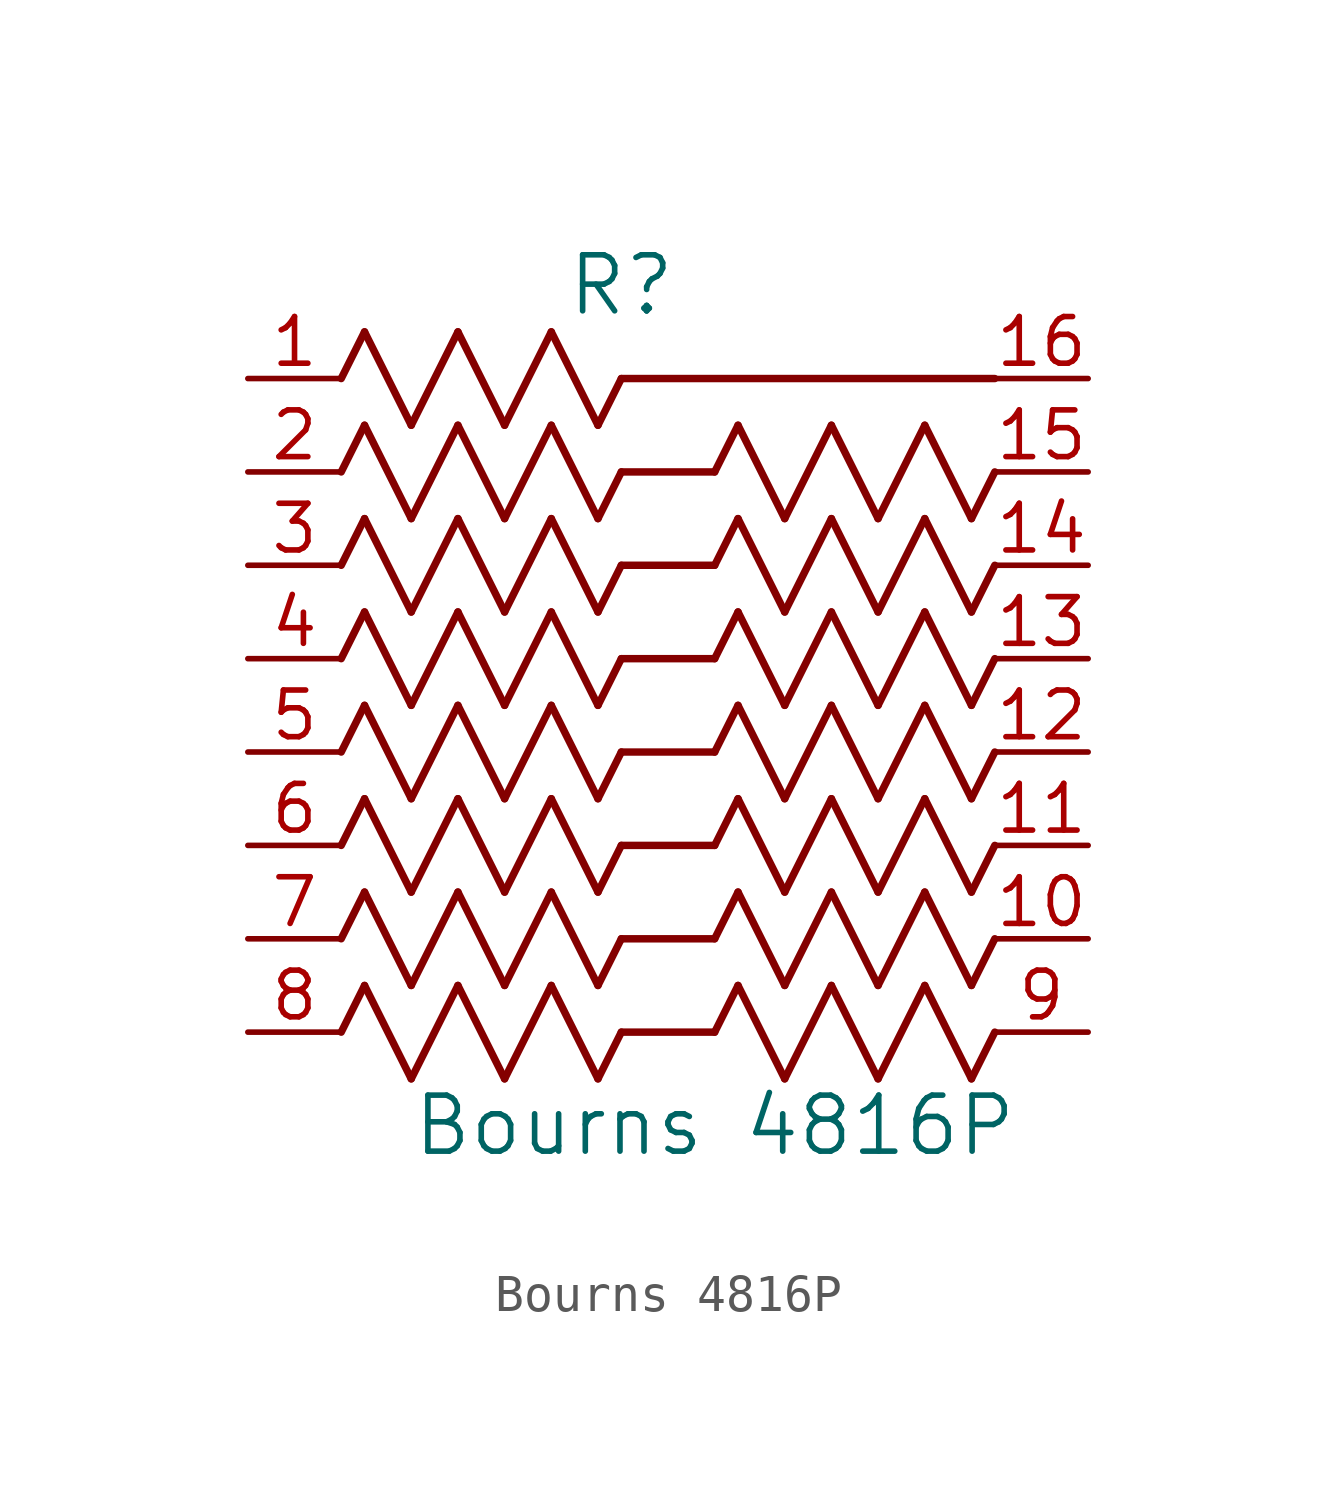
<source format=kicad_sym>
(kicad_symbol_lib
  (version 20220914)
  (generator kicad_symbol_editor)
  (symbol "Bourns 4816P"
    (pin_names
      (offset 0.254))
    (property "Reference" "R"
      (at 10.16 2.54 0)
      (effects (font (size 1.524 1.524))))
    (property "Value" "Bourns 4816P"
      (at 12.7 -20.32 0)
      (effects (font (size 1.524 1.524))))
    (property "ki_locked" ""
      (at 0 0 0)
      (effects (font (size 1.27 1.27))))
    (symbol "Bourns 4816P_0_1"
      (polyline (pts (xy 2.54 -17.78) (xy 3.175 -16.51)) (stroke (width 0.203) (type default)) (fill (type none)))
      (polyline (pts (xy 2.54 -15.24) (xy 3.175 -13.97)) (stroke (width 0.203) (type default)) (fill (type none)))
      (polyline (pts (xy 2.54 -12.7) (xy 3.175 -11.43)) (stroke (width 0.203) (type default)) (fill (type none)))
      (polyline (pts (xy 2.54 -10.16) (xy 3.175 -8.89)) (stroke (width 0.203) (type default)) (fill (type none)))
      (polyline (pts (xy 2.54 -7.62) (xy 3.175 -6.35)) (stroke (width 0.203) (type default)) (fill (type none)))
      (polyline (pts (xy 2.54 -5.08) (xy 3.175 -3.81)) (stroke (width 0.203) (type default)) (fill (type none)))
      (polyline (pts (xy 2.54 -2.54) (xy 3.175 -1.27)) (stroke (width 0.203) (type default)) (fill (type none)))
      (polyline (pts (xy 2.54 0) (xy 3.175 1.27)) (stroke (width 0.203) (type default)) (fill (type none)))
      (polyline (pts (xy 3.175 -16.51) (xy 4.445 -19.05)) (stroke (width 0.203) (type default)) (fill (type none)))
      (polyline (pts (xy 3.175 -13.97) (xy 4.445 -16.51)) (stroke (width 0.203) (type default)) (fill (type none)))
      (polyline (pts (xy 3.175 -11.43) (xy 4.445 -13.97)) (stroke (width 0.203) (type default)) (fill (type none)))
      (polyline (pts (xy 3.175 -8.89) (xy 4.445 -11.43)) (stroke (width 0.203) (type default)) (fill (type none)))
      (polyline (pts (xy 3.175 -6.35) (xy 4.445 -8.89)) (stroke (width 0.203) (type default)) (fill (type none)))
      (polyline (pts (xy 3.175 -3.81) (xy 4.445 -6.35)) (stroke (width 0.203) (type default)) (fill (type none)))
      (polyline (pts (xy 3.175 -1.27) (xy 4.445 -3.81)) (stroke (width 0.203) (type default)) (fill (type none)))
      (polyline (pts (xy 3.175 1.27) (xy 4.445 -1.27)) (stroke (width 0.203) (type default)) (fill (type none)))
      (polyline (pts (xy 4.445 -19.05) (xy 5.715 -16.51)) (stroke (width 0.203) (type default)) (fill (type none)))
      (polyline (pts (xy 4.445 -16.51) (xy 5.715 -13.97)) (stroke (width 0.203) (type default)) (fill (type none)))
      (polyline (pts (xy 4.445 -13.97) (xy 5.715 -11.43)) (stroke (width 0.203) (type default)) (fill (type none)))
      (polyline (pts (xy 4.445 -11.43) (xy 5.715 -8.89)) (stroke (width 0.203) (type default)) (fill (type none)))
      (polyline (pts (xy 4.445 -8.89) (xy 5.715 -6.35)) (stroke (width 0.203) (type default)) (fill (type none)))
      (polyline (pts (xy 4.445 -6.35) (xy 5.715 -3.81)) (stroke (width 0.203) (type default)) (fill (type none)))
      (polyline (pts (xy 4.445 -3.81) (xy 5.715 -1.27)) (stroke (width 0.203) (type default)) (fill (type none)))
      (polyline (pts (xy 4.445 -1.27) (xy 5.715 1.27)) (stroke (width 0.203) (type default)) (fill (type none)))
      (polyline (pts (xy 5.715 -16.51) (xy 6.985 -19.05)) (stroke (width 0.203) (type default)) (fill (type none)))
      (polyline (pts (xy 5.715 -13.97) (xy 6.985 -16.51)) (stroke (width 0.203) (type default)) (fill (type none)))
      (polyline (pts (xy 5.715 -11.43) (xy 6.985 -13.97)) (stroke (width 0.203) (type default)) (fill (type none)))
      (polyline (pts (xy 5.715 -8.89) (xy 6.985 -11.43)) (stroke (width 0.203) (type default)) (fill (type none)))
      (polyline (pts (xy 5.715 -6.35) (xy 6.985 -8.89)) (stroke (width 0.203) (type default)) (fill (type none)))
      (polyline (pts (xy 5.715 -3.81) (xy 6.985 -6.35)) (stroke (width 0.203) (type default)) (fill (type none)))
      (polyline (pts (xy 5.715 -1.27) (xy 6.985 -3.81)) (stroke (width 0.203) (type default)) (fill (type none)))
      (polyline (pts (xy 5.715 1.27) (xy 6.985 -1.27)) (stroke (width 0.203) (type default)) (fill (type none)))
      (polyline (pts (xy 6.985 -19.05) (xy 8.255 -16.51)) (stroke (width 0.203) (type default)) (fill (type none)))
      (polyline (pts (xy 6.985 -16.51) (xy 8.255 -13.97)) (stroke (width 0.203) (type default)) (fill (type none)))
      (polyline (pts (xy 6.985 -13.97) (xy 8.255 -11.43)) (stroke (width 0.203) (type default)) (fill (type none)))
      (polyline (pts (xy 6.985 -11.43) (xy 8.255 -8.89)) (stroke (width 0.203) (type default)) (fill (type none)))
      (polyline (pts (xy 6.985 -8.89) (xy 8.255 -6.35)) (stroke (width 0.203) (type default)) (fill (type none)))
      (polyline (pts (xy 6.985 -6.35) (xy 8.255 -3.81)) (stroke (width 0.203) (type default)) (fill (type none)))
      (polyline (pts (xy 6.985 -3.81) (xy 8.255 -1.27)) (stroke (width 0.203) (type default)) (fill (type none)))
      (polyline (pts (xy 6.985 -1.27) (xy 8.255 1.27)) (stroke (width 0.203) (type default)) (fill (type none)))
      (polyline (pts (xy 8.255 -16.51) (xy 9.525 -19.05)) (stroke (width 0.203) (type default)) (fill (type none)))
      (polyline (pts (xy 8.255 -13.97) (xy 9.525 -16.51)) (stroke (width 0.203) (type default)) (fill (type none)))
      (polyline (pts (xy 8.255 -11.43) (xy 9.525 -13.97)) (stroke (width 0.203) (type default)) (fill (type none)))
      (polyline (pts (xy 8.255 -8.89) (xy 9.525 -11.43)) (stroke (width 0.203) (type default)) (fill (type none)))
      (polyline (pts (xy 8.255 -6.35) (xy 9.525 -8.89)) (stroke (width 0.203) (type default)) (fill (type none)))
      (polyline (pts (xy 8.255 -3.81) (xy 9.525 -6.35)) (stroke (width 0.203) (type default)) (fill (type none)))
      (polyline (pts (xy 8.255 -1.27) (xy 9.525 -3.81)) (stroke (width 0.203) (type default)) (fill (type none)))
      (polyline (pts (xy 8.255 1.27) (xy 9.525 -1.27)) (stroke (width 0.203) (type default)) (fill (type none)))
      (polyline (pts (xy 9.525 -19.05) (xy 10.16 -17.78)) (stroke (width 0.203) (type default)) (fill (type none)))
      (polyline (pts (xy 9.525 -16.51) (xy 10.16 -15.24)) (stroke (width 0.203) (type default)) (fill (type none)))
      (polyline (pts (xy 9.525 -13.97) (xy 10.16 -12.7)) (stroke (width 0.203) (type default)) (fill (type none)))
      (polyline (pts (xy 9.525 -11.43) (xy 10.16 -10.16)) (stroke (width 0.203) (type default)) (fill (type none)))
      (polyline (pts (xy 9.525 -8.89) (xy 10.16 -7.62)) (stroke (width 0.203) (type default)) (fill (type none)))
      (polyline (pts (xy 9.525 -6.35) (xy 10.16 -5.08)) (stroke (width 0.203) (type default)) (fill (type none)))
      (polyline (pts (xy 9.525 -3.81) (xy 10.16 -2.54)) (stroke (width 0.203) (type default)) (fill (type none)))
      (polyline (pts (xy 9.525 -1.27) (xy 10.16 0)) (stroke (width 0.203) (type default)) (fill (type none)))
      (polyline (pts (xy 10.16 -17.78) (xy 12.7 -17.78)) (stroke (width 0.203) (type default)) (fill (type none)))
      (polyline (pts (xy 10.16 -15.24) (xy 12.7 -15.24)) (stroke (width 0.203) (type default)) (fill (type none)))
      (polyline (pts (xy 10.16 -12.7) (xy 12.7 -12.7)) (stroke (width 0.203) (type default)) (fill (type none)))
      (polyline (pts (xy 10.16 -10.16) (xy 12.7 -10.16)) (stroke (width 0.203) (type default)) (fill (type none)))
      (polyline (pts (xy 10.16 -7.62) (xy 12.7 -7.62)) (stroke (width 0.203) (type default)) (fill (type none)))
      (polyline (pts (xy 10.16 -5.08) (xy 12.7 -5.08)) (stroke (width 0.203) (type default)) (fill (type none)))
      (polyline (pts (xy 10.16 -2.54) (xy 12.7 -2.54)) (stroke (width 0.203) (type default)) (fill (type none)))
      (polyline (pts (xy 10.16 0) (xy 20.32 0)) (stroke (width 0.203) (type default)) (fill (type none)))
      (polyline (pts (xy 12.7 -17.78) (xy 13.335 -16.51)) (stroke (width 0.203) (type default)) (fill (type none)))
      (polyline (pts (xy 12.7 -15.24) (xy 13.335 -13.97)) (stroke (width 0.203) (type default)) (fill (type none)))
      (polyline (pts (xy 12.7 -12.7) (xy 13.335 -11.43)) (stroke (width 0.203) (type default)) (fill (type none)))
      (polyline (pts (xy 12.7 -10.16) (xy 13.335 -8.89)) (stroke (width 0.203) (type default)) (fill (type none)))
      (polyline (pts (xy 12.7 -7.62) (xy 13.335 -6.35)) (stroke (width 0.203) (type default)) (fill (type none)))
      (polyline (pts (xy 12.7 -5.08) (xy 13.335 -3.81)) (stroke (width 0.203) (type default)) (fill (type none)))
      (polyline (pts (xy 12.7 -2.54) (xy 13.335 -1.27)) (stroke (width 0.203) (type default)) (fill (type none)))
      (polyline (pts (xy 13.335 -16.51) (xy 14.605 -19.05)) (stroke (width 0.203) (type default)) (fill (type none)))
      (polyline (pts (xy 13.335 -13.97) (xy 14.605 -16.51)) (stroke (width 0.203) (type default)) (fill (type none)))
      (polyline (pts (xy 13.335 -11.43) (xy 14.605 -13.97)) (stroke (width 0.203) (type default)) (fill (type none)))
      (polyline (pts (xy 13.335 -8.89) (xy 14.605 -11.43)) (stroke (width 0.203) (type default)) (fill (type none)))
      (polyline (pts (xy 13.335 -6.35) (xy 14.605 -8.89)) (stroke (width 0.203) (type default)) (fill (type none)))
      (polyline (pts (xy 13.335 -3.81) (xy 14.605 -6.35)) (stroke (width 0.203) (type default)) (fill (type none)))
      (polyline (pts (xy 13.335 -1.27) (xy 14.605 -3.81)) (stroke (width 0.203) (type default)) (fill (type none)))
      (polyline (pts (xy 14.605 -19.05) (xy 15.875 -16.51)) (stroke (width 0.203) (type default)) (fill (type none)))
      (polyline (pts (xy 14.605 -16.51) (xy 15.875 -13.97)) (stroke (width 0.203) (type default)) (fill (type none)))
      (polyline (pts (xy 14.605 -13.97) (xy 15.875 -11.43)) (stroke (width 0.203) (type default)) (fill (type none)))
      (polyline (pts (xy 14.605 -11.43) (xy 15.875 -8.89)) (stroke (width 0.203) (type default)) (fill (type none)))
      (polyline (pts (xy 14.605 -8.89) (xy 15.875 -6.35)) (stroke (width 0.203) (type default)) (fill (type none)))
      (polyline (pts (xy 14.605 -6.35) (xy 15.875 -3.81)) (stroke (width 0.203) (type default)) (fill (type none)))
      (polyline (pts (xy 14.605 -3.81) (xy 15.875 -1.27)) (stroke (width 0.203) (type default)) (fill (type none)))
      (polyline (pts (xy 15.875 -16.51) (xy 17.145 -19.05)) (stroke (width 0.203) (type default)) (fill (type none)))
      (polyline (pts (xy 15.875 -13.97) (xy 17.145 -16.51)) (stroke (width 0.203) (type default)) (fill (type none)))
      (polyline (pts (xy 15.875 -11.43) (xy 17.145 -13.97)) (stroke (width 0.203) (type default)) (fill (type none)))
      (polyline (pts (xy 15.875 -8.89) (xy 17.145 -11.43)) (stroke (width 0.203) (type default)) (fill (type none)))
      (polyline (pts (xy 15.875 -6.35) (xy 17.145 -8.89)) (stroke (width 0.203) (type default)) (fill (type none)))
      (polyline (pts (xy 15.875 -3.81) (xy 17.145 -6.35)) (stroke (width 0.203) (type default)) (fill (type none)))
      (polyline (pts (xy 15.875 -1.27) (xy 17.145 -3.81)) (stroke (width 0.203) (type default)) (fill (type none)))
      (polyline (pts (xy 17.145 -19.05) (xy 18.415 -16.51)) (stroke (width 0.203) (type default)) (fill (type none)))
      (polyline (pts (xy 17.145 -16.51) (xy 18.415 -13.97)) (stroke (width 0.203) (type default)) (fill (type none)))
      (polyline (pts (xy 17.145 -13.97) (xy 18.415 -11.43)) (stroke (width 0.203) (type default)) (fill (type none)))
      (polyline (pts (xy 17.145 -11.43) (xy 18.415 -8.89)) (stroke (width 0.203) (type default)) (fill (type none)))
      (polyline (pts (xy 17.145 -8.89) (xy 18.415 -6.35)) (stroke (width 0.203) (type default)) (fill (type none)))
      (polyline (pts (xy 17.145 -6.35) (xy 18.415 -3.81)) (stroke (width 0.203) (type default)) (fill (type none)))
      (polyline (pts (xy 17.145 -3.81) (xy 18.415 -1.27)) (stroke (width 0.203) (type default)) (fill (type none)))
      (polyline (pts (xy 18.415 -16.51) (xy 19.685 -19.05)) (stroke (width 0.203) (type default)) (fill (type none)))
      (polyline (pts (xy 18.415 -13.97) (xy 19.685 -16.51)) (stroke (width 0.203) (type default)) (fill (type none)))
      (polyline (pts (xy 18.415 -11.43) (xy 19.685 -13.97)) (stroke (width 0.203) (type default)) (fill (type none)))
      (polyline (pts (xy 18.415 -8.89) (xy 19.685 -11.43)) (stroke (width 0.203) (type default)) (fill (type none)))
      (polyline (pts (xy 18.415 -6.35) (xy 19.685 -8.89)) (stroke (width 0.203) (type default)) (fill (type none)))
      (polyline (pts (xy 18.415 -3.81) (xy 19.685 -6.35)) (stroke (width 0.203) (type default)) (fill (type none)))
      (polyline (pts (xy 18.415 -1.27) (xy 19.685 -3.81)) (stroke (width 0.203) (type default)) (fill (type none)))
      (polyline (pts (xy 19.685 -19.05) (xy 20.32 -17.78)) (stroke (width 0.203) (type default)) (fill (type none)))
      (polyline (pts (xy 19.685 -16.51) (xy 20.32 -15.24)) (stroke (width 0.203) (type default)) (fill (type none)))
      (polyline (pts (xy 19.685 -13.97) (xy 20.32 -12.7)) (stroke (width 0.203) (type default)) (fill (type none)))
      (polyline (pts (xy 19.685 -11.43) (xy 20.32 -10.16)) (stroke (width 0.203) (type default)) (fill (type none)))
      (polyline (pts (xy 19.685 -8.89) (xy 20.32 -7.62)) (stroke (width 0.203) (type default)) (fill (type none)))
      (polyline (pts (xy 19.685 -6.35) (xy 20.32 -5.08)) (stroke (width 0.203) (type default)) (fill (type none)))
      (polyline (pts (xy 19.685 -3.81) (xy 20.32 -2.54)) (stroke (width 0.203) (type default)) (fill (type none)))
      (pin unspecified line (at 0 0 0) (length 2.54) (name "" (effects (font (size 1.27 1.27)))) (number "1" (effects (font (size 1.27 1.27)))))
      (pin unspecified line (at 22.86 -15.24 180) (length 2.54) (name "" (effects (font (size 1.27 1.27)))) (number "10" (effects (font (size 1.27 1.27)))))
      (pin unspecified line (at 22.86 -12.7 180) (length 2.54) (name "" (effects (font (size 1.27 1.27)))) (number "11" (effects (font (size 1.27 1.27)))))
      (pin unspecified line (at 22.86 -10.16 180) (length 2.54) (name "" (effects (font (size 1.27 1.27)))) (number "12" (effects (font (size 1.27 1.27)))))
      (pin unspecified line (at 22.86 -7.62 180) (length 2.54) (name "" (effects (font (size 1.27 1.27)))) (number "13" (effects (font (size 1.27 1.27)))))
      (pin unspecified line (at 22.86 -5.08 180) (length 2.54) (name "" (effects (font (size 1.27 1.27)))) (number "14" (effects (font (size 1.27 1.27)))))
      (pin unspecified line (at 22.86 -2.54 180) (length 2.54) (name "" (effects (font (size 1.27 1.27)))) (number "15" (effects (font (size 1.27 1.27)))))
      (pin unspecified line (at 22.86 0 180) (length 2.54) (name "" (effects (font (size 1.27 1.27)))) (number "16" (effects (font (size 1.27 1.27)))))
      (pin unspecified line (at 0 -2.54 0) (length 2.54) (name "" (effects (font (size 1.27 1.27)))) (number "2" (effects (font (size 1.27 1.27)))))
      (pin unspecified line (at 0 -5.08 0) (length 2.54) (name "" (effects (font (size 1.27 1.27)))) (number "3" (effects (font (size 1.27 1.27)))))
      (pin unspecified line (at 0 -7.62 0) (length 2.54) (name "" (effects (font (size 1.27 1.27)))) (number "4" (effects (font (size 1.27 1.27)))))
      (pin unspecified line (at 0 -10.16 0) (length 2.54) (name "" (effects (font (size 1.27 1.27)))) (number "5" (effects (font (size 1.27 1.27)))))
      (pin unspecified line (at 0 -12.7 0) (length 2.54) (name "" (effects (font (size 1.27 1.27)))) (number "6" (effects (font (size 1.27 1.27)))))
      (pin unspecified line (at 0 -15.24 0) (length 2.54) (name "" (effects (font (size 1.27 1.27)))) (number "7" (effects (font (size 1.27 1.27)))))
      (pin unspecified line (at 0 -17.78 0) (length 2.54) (name "" (effects (font (size 1.27 1.27)))) (number "8" (effects (font (size 1.27 1.27)))))
      (pin unspecified line (at 22.86 -17.78 180) (length 2.54) (name "" (effects (font (size 1.27 1.27)))) (number "9" (effects (font (size 1.27 1.27))))))))
</source>
